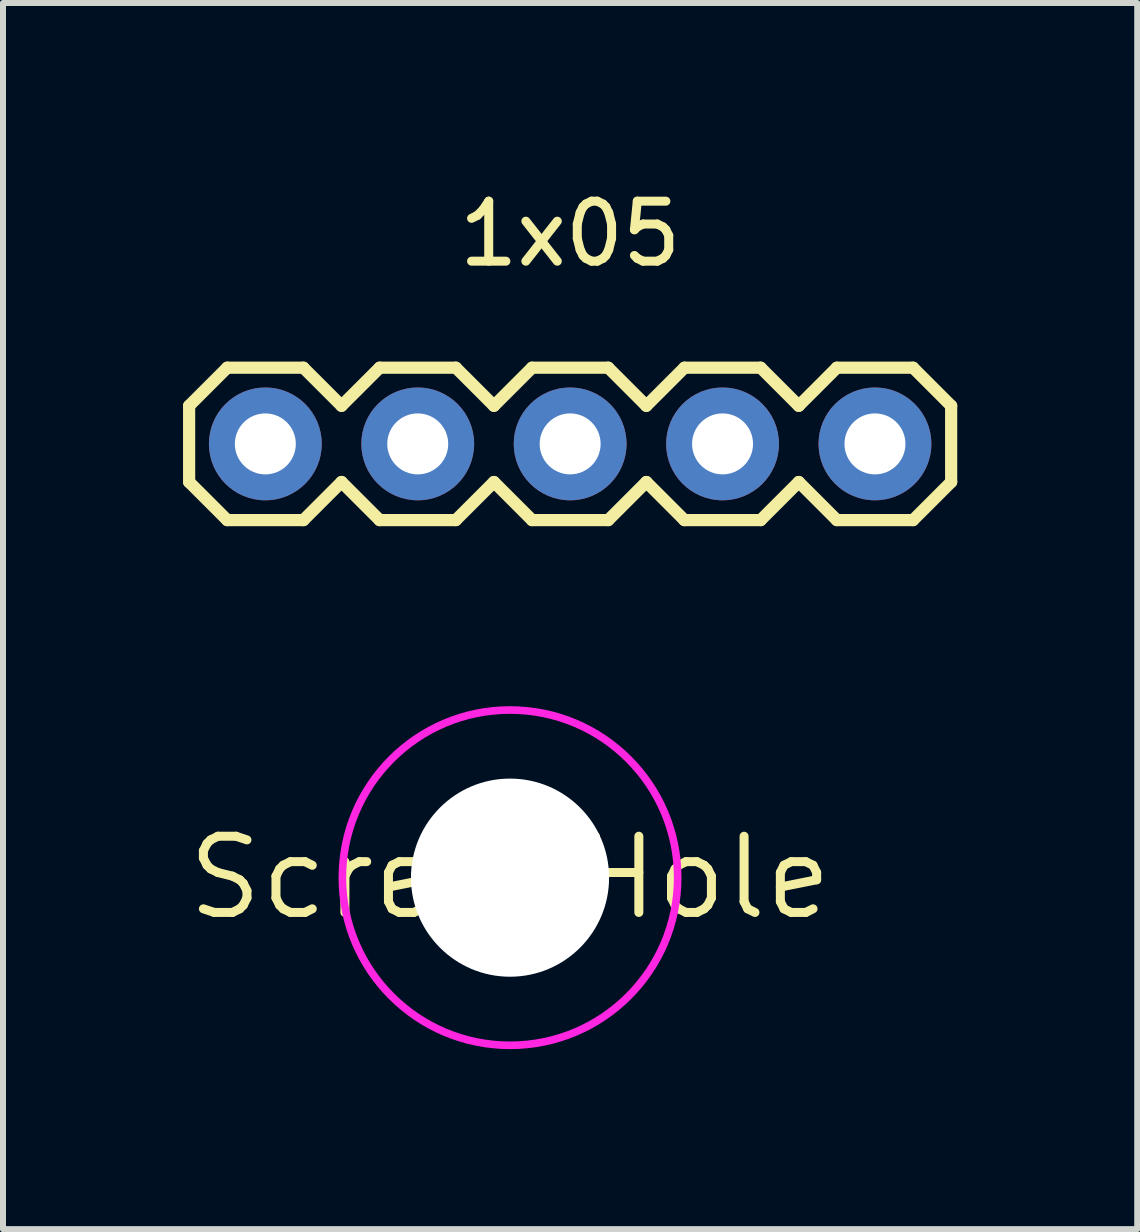
<source format=kicad_pcb>
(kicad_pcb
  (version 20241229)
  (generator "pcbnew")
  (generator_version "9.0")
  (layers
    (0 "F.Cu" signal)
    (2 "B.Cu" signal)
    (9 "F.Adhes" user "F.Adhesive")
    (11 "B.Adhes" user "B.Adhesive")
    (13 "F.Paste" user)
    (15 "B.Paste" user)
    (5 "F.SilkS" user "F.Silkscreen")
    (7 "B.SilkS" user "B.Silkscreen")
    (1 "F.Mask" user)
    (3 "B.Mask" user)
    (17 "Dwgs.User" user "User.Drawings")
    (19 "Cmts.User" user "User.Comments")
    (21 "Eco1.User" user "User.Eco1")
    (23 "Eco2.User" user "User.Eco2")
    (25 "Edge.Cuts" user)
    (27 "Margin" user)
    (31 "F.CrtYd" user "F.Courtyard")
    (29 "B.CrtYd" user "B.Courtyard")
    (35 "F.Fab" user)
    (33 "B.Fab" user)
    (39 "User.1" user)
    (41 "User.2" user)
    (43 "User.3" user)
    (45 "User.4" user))
  (footprint "1x05"
    (layer "F.Cu")
    (at 6.452 4.348)
    (property "Reference" "1x05" (at 0 -3.5 0) (unlocked yes) (layer "F.SilkS") (effects (font (size 1 1) (thickness 0.15))))
    (attr through_hole)
    (fp_line (start -6.35 -0.635) (end -6.35 0.635) (stroke (width 0.203) (type solid)) (layer "F.SilkS"))
    (fp_line (start -6.35 0.635) (end -5.715 1.27) (stroke (width 0.203) (type solid)) (layer "F.SilkS"))
    (fp_line (start -5.715 -1.27) (end -6.35 -0.635) (stroke (width 0.203) (type solid)) (layer "F.SilkS"))
    (fp_line (start -5.715 -1.27) (end -4.445 -1.27) (stroke (width 0.203) (type solid)) (layer "F.SilkS"))
    (fp_line (start -4.445 -1.27) (end -3.81 -0.635) (stroke (width 0.203) (type solid)) (layer "F.SilkS"))
    (fp_line (start -4.445 1.27) (end -5.715 1.27) (stroke (width 0.203) (type solid)) (layer "F.SilkS"))
    (fp_line (start -3.81 -0.635) (end -3.175 -1.27) (stroke (width 0.203) (type solid)) (layer "F.SilkS"))
    (fp_line (start -3.81 0.635) (end -4.445 1.27) (stroke (width 0.203) (type solid)) (layer "F.SilkS"))
    (fp_line (start -3.175 -1.27) (end -1.905 -1.27) (stroke (width 0.203) (type solid)) (layer "F.SilkS"))
    (fp_line (start -3.175 1.27) (end -3.81 0.635) (stroke (width 0.203) (type solid)) (layer "F.SilkS"))
    (fp_line (start -1.905 -1.27) (end -1.27 -0.635) (stroke (width 0.203) (type solid)) (layer "F.SilkS"))
    (fp_line (start -1.905 1.27) (end -3.175 1.27) (stroke (width 0.203) (type solid)) (layer "F.SilkS"))
    (fp_line (start -1.27 -0.635) (end -0.635 -1.27) (stroke (width 0.203) (type solid)) (layer "F.SilkS"))
    (fp_line (start -1.27 0.635) (end -1.905 1.27) (stroke (width 0.203) (type solid)) (layer "F.SilkS"))
    (fp_line (start -0.635 -1.27) (end 0.635 -1.27) (stroke (width 0.203) (type solid)) (layer "F.SilkS"))
    (fp_line (start -0.635 1.27) (end -1.27 0.635) (stroke (width 0.203) (type solid)) (layer "F.SilkS"))
    (fp_line (start 0.635 -1.27) (end 1.27 -0.635) (stroke (width 0.203) (type solid)) (layer "F.SilkS"))
    (fp_line (start 0.635 1.27) (end -0.635 1.27) (stroke (width 0.203) (type solid)) (layer "F.SilkS"))
    (fp_line (start 1.27 0.635) (end 0.635 1.27) (stroke (width 0.203) (type solid)) (layer "F.SilkS"))
    (fp_line (start 1.27 0.635) (end 1.905 1.27) (stroke (width 0.203) (type solid)) (layer "F.SilkS"))
    (fp_line (start 1.905 -1.27) (end 1.27 -0.635) (stroke (width 0.203) (type solid)) (layer "F.SilkS"))
    (fp_line (start 1.905 -1.27) (end 3.175 -1.27) (stroke (width 0.203) (type solid)) (layer "F.SilkS"))
    (fp_line (start 3.175 -1.27) (end 3.81 -0.635) (stroke (width 0.203) (type solid)) (layer "F.SilkS"))
    (fp_line (start 3.175 1.27) (end 1.905 1.27) (stroke (width 0.203) (type solid)) (layer "F.SilkS"))
    (fp_line (start 3.81 -0.635) (end 4.445 -1.27) (stroke (width 0.203) (type solid)) (layer "F.SilkS"))
    (fp_line (start 3.81 0.635) (end 3.175 1.27) (stroke (width 0.203) (type solid)) (layer "F.SilkS"))
    (fp_line (start 4.445 -1.27) (end 5.715 -1.27) (stroke (width 0.203) (type solid)) (layer "F.SilkS"))
    (fp_line (start 4.445 1.27) (end 3.81 0.635) (stroke (width 0.203) (type solid)) (layer "F.SilkS"))
    (fp_line (start 5.715 -1.27) (end 6.35 -0.635) (stroke (width 0.203) (type solid)) (layer "F.SilkS"))
    (fp_line (start 5.715 1.27) (end 4.445 1.27) (stroke (width 0.203) (type solid)) (layer "F.SilkS"))
    (fp_line (start 6.35 -0.635) (end 6.35 0.635) (stroke (width 0.203) (type solid)) (layer "F.SilkS"))
    (fp_line (start 6.35 0.635) (end 5.715 1.27) (stroke (width 0.203) (type solid)) (layer "F.SilkS"))
    (pad "1" thru_hole circle (at -5.08 0 270) (size 1.88 1.88) (drill 1.016) (layers "*.Cu" "*.Mask"))
    (pad "2" thru_hole circle (at -2.54 0 270) (size 1.88 1.88) (drill 1.016) (layers "*.Cu" "*.Mask"))
    (pad "3" thru_hole circle (at 0 0 270) (size 1.88 1.88) (drill 1.016) (layers "*.Cu" "*.Mask"))
    (pad "4" thru_hole circle (at 2.54 0 270) (size 1.88 1.88) (drill 1.016) (layers "*.Cu" "*.Mask"))
    (pad "5" thru_hole circle (at 5.08 0 270) (size 1.88 1.88) (drill 1.016) (layers "*.Cu" "*.Mask")))
  (footprint "Screw Hole"
    (layer "F.Cu")
    (at 5.45 11.577)
    (property "Reference" "Screw Hole" (at 0 0 0) (layer "F.SilkS") (effects (font (size 1.27 1.27) (thickness 0.15))))
    (fp_circle (center 0 0) (end 2.794 0) (stroke (width 0.127) (type solid)) (fill no) (layer "F.CrtYd"))
    (pad "" np_thru_hole circle (at 0 0) (size 3.302 3.302) (drill 3.302) (layers "*.Cu" "*.Mask")))
  (gr_rect
    (start -3 -3)
    (end 15.903 17.435)
    (stroke (width 0.1) (type default))
    (fill no)
    (layer "Edge.Cuts")))
</source>
